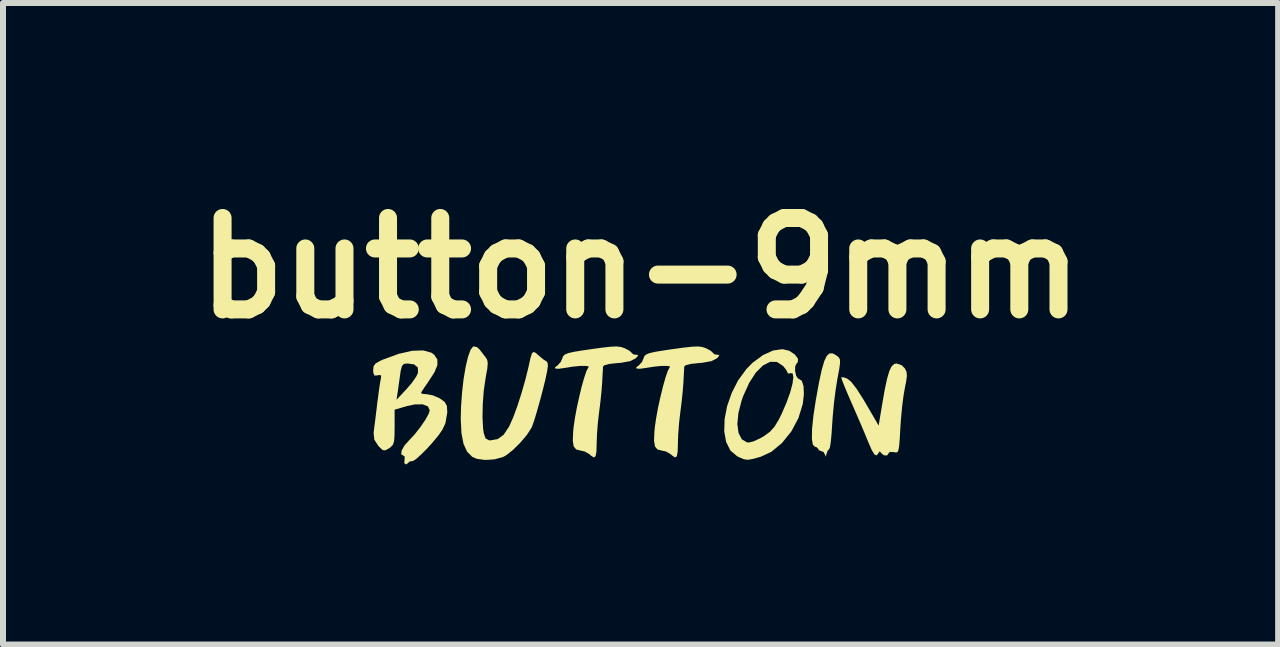
<source format=kicad_pcb>
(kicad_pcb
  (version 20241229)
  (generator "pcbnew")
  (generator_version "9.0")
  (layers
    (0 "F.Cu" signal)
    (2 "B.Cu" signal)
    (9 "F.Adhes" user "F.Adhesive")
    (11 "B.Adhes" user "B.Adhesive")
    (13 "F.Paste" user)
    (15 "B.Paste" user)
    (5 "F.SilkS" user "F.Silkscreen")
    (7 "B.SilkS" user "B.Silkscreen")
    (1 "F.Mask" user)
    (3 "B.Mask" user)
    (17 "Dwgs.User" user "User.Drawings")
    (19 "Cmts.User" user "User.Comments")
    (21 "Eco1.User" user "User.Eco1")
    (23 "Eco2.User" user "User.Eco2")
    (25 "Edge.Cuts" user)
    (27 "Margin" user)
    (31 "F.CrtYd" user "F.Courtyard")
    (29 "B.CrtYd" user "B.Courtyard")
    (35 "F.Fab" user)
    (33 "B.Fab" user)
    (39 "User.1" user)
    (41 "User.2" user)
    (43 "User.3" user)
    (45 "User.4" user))
  (footprint "button-9mm"
    (layer "F.Cu")
    (at 7.627 3.704)
    (property "Reference" "button-9mm" (at 0 -2.286 0) (layer "F.SilkS") (effects (font (size 1.524 1.524) (thickness 0.3))))
    (attr board_only exclude_from_pos_files exclude_from_bom)
    (fp_poly (pts (xy 3.204 -0.863) (xy 3.267 -0.828) (xy 3.274 -0.823) (xy 3.306 -0.794) (xy 3.324 -0.76) (xy 3.326 -0.703) (xy 3.313 -0.609) (xy 3.286 -0.462) (xy 3.281 -0.438) (xy 3.252 -0.254) (xy 3.224 -0.032) (xy 3.203 0.194) (xy 3.195 0.312) (xy 3.184 0.478) (xy 3.171 0.613) (xy 3.157 0.702) (xy 3.144 0.732) (xy 3.116 0.763) (xy 3.1 0.814) (xy 3.087 0.86) (xy 3.079 0.833) (xy 3.079 0.833) (xy 3.049 0.778) (xy 3.019 0.769) (xy 2.971 0.749) (xy 2.965 0.732) (xy 2.935 0.7) (xy 2.91 0.695) (xy 2.873 0.661) (xy 2.856 0.56) (xy 2.859 0.395) (xy 2.882 0.172) (xy 2.925 -0.107) (xy 2.927 -0.115) (xy 2.976 -0.385) (xy 3.02 -0.589) (xy 3.062 -0.733) (xy 3.104 -0.822) (xy 3.15 -0.863)) (stroke (width 0) (type solid)) (fill yes) (layer "F.SilkS"))
    (fp_poly (pts (xy 4.355 -0.665) (xy 4.406 -0.613) (xy 4.433 -0.558) (xy 4.44 -0.493) (xy 4.428 -0.396) (xy 4.407 -0.293) (xy 4.383 -0.155) (xy 4.36 0.028) (xy 4.341 0.231) (xy 4.331 0.374) (xy 4.321 0.557) (xy 4.311 0.678) (xy 4.299 0.749) (xy 4.282 0.782) (xy 4.256 0.789) (xy 4.222 0.782) (xy 4.154 0.779) (xy 4.136 0.801) (xy 4.11 0.837) (xy 4.058 0.836) (xy 4.013 0.8) (xy 4.011 0.796) (xy 3.987 0.769) (xy 3.968 0.796) (xy 3.936 0.837) (xy 3.899 0.822) (xy 3.853 0.746) (xy 3.795 0.613) (xy 3.743 0.486) (xy 3.671 0.315) (xy 3.589 0.126) (xy 3.519 -0.035) (xy 3.449 -0.195) (xy 3.394 -0.328) (xy 3.357 -0.423) (xy 3.345 -0.465) (xy 3.345 -0.466) (xy 3.384 -0.464) (xy 3.444 -0.444) (xy 3.51 -0.391) (xy 3.601 -0.274) (xy 3.714 -0.097) (xy 3.751 -0.035) (xy 3.969 0.34) (xy 4.029 -0.022) (xy 4.072 -0.267) (xy 4.111 -0.447) (xy 4.148 -0.572) (xy 4.186 -0.649) (xy 4.229 -0.687) (xy 4.269 -0.695)) (stroke (width 0) (type solid)) (fill yes) (layer "F.SilkS"))
    (fp_poly (pts (xy -2.728 -0.969) (xy -2.684 -0.93) (xy -2.618 -0.844) (xy -2.581 -0.797) (xy -2.556 -0.756) (xy -2.547 -0.7) (xy -2.554 -0.611) (xy -2.579 -0.471) (xy -2.582 -0.456) (xy -2.613 -0.245) (xy -2.63 -0.015) (xy -2.634 0.207) (xy -2.624 0.396) (xy -2.612 0.471) (xy -2.583 0.554) (xy -2.528 0.584) (xy -2.5 0.586) (xy -2.38 0.564) (xy -2.283 0.494) (xy -2.195 0.363) (xy -2.182 0.337) (xy -2.12 0.197) (xy -2.051 0.008) (xy -1.982 -0.208) (xy -1.919 -0.429) (xy -1.869 -0.631) (xy -1.867 -0.64) (xy -1.836 -0.782) (xy -1.811 -0.862) (xy -1.784 -0.888) (xy -1.746 -0.871) (xy -1.694 -0.825) (xy -1.622 -0.765) (xy -1.573 -0.733) (xy -1.567 -0.732) (xy -1.548 -0.701) (xy -1.545 -0.65) (xy -1.557 -0.567) (xy -1.585 -0.433) (xy -1.626 -0.267) (xy -1.673 -0.088) (xy -1.722 0.087) (xy -1.767 0.238) (xy -1.805 0.346) (xy -1.819 0.379) (xy -1.897 0.499) (xy -2.008 0.629) (xy -2.13 0.749) (xy -2.244 0.838) (xy -2.295 0.865) (xy -2.436 0.903) (xy -2.591 0.913) (xy -2.729 0.894) (xy -2.807 0.86) (xy -2.892 0.773) (xy -2.951 0.644) (xy -2.985 0.466) (xy -2.997 0.231) (xy -2.992 0.027) (xy -2.975 -0.213) (xy -2.949 -0.439) (xy -2.915 -0.64) (xy -2.876 -0.805) (xy -2.834 -0.922) (xy -2.791 -0.978) (xy -2.788 -0.98)) (stroke (width 0) (type solid)) (fill yes) (layer "F.SilkS"))
    (fp_poly (pts (xy -0.328 -0.971) (xy -0.27 -0.952) (xy -0.261 -0.948) (xy -0.184 -0.907) (xy -0.147 -0.873) (xy -0.146 -0.869) (xy -0.116 -0.846) (xy -0.084 -0.842) (xy -0.041 -0.837) (xy -0.053 -0.811) (xy -0.083 -0.78) (xy -0.173 -0.734) (xy -0.331 -0.706) (xy -0.384 -0.702) (xy -0.517 -0.688) (xy -0.601 -0.666) (xy -0.625 -0.645) (xy -0.628 -0.588) (xy -0.634 -0.484) (xy -0.639 -0.384) (xy -0.651 -0.23) (xy -0.67 -0.047) (xy -0.69 0.11) (xy -0.711 0.29) (xy -0.726 0.486) (xy -0.731 0.631) (xy -0.735 0.774) (xy -0.75 0.852) (xy -0.779 0.871) (xy -0.827 0.84) (xy -0.848 0.82) (xy -0.929 0.772) (xy -1.003 0.756) (xy -1.072 0.738) (xy -1.114 0.688) (xy -1.129 0.593) (xy -1.123 0.443) (xy -1.117 0.376) (xy -1.095 0.222) (xy -1.063 0.046) (xy -1.023 -0.136) (xy -0.981 -0.311) (xy -0.938 -0.461) (xy -0.901 -0.571) (xy -0.871 -0.627) (xy -0.868 -0.629) (xy -0.865 -0.648) (xy -0.918 -0.655) (xy -1.013 -0.654) (xy -1.131 -0.642) (xy -1.244 -0.624) (xy -1.362 -0.607) (xy -1.423 -0.611) (xy -1.423 -0.635) (xy -1.385 -0.661) (xy -1.33 -0.721) (xy -1.304 -0.781) (xy -1.29 -0.818) (xy -1.261 -0.845) (xy -1.205 -0.868) (xy -1.108 -0.89) (xy -0.96 -0.914) (xy -0.829 -0.933) (xy -0.634 -0.96) (xy -0.495 -0.975) (xy -0.398 -0.979)) (stroke (width 0) (type solid)) (fill yes) (layer "F.SilkS"))
    (fp_poly (pts (xy 1.026 -0.971) (xy 1.084 -0.952) (xy 1.093 -0.948) (xy 1.17 -0.907) (xy 1.207 -0.873) (xy 1.208 -0.869) (xy 1.238 -0.846) (xy 1.271 -0.842) (xy 1.313 -0.837) (xy 1.301 -0.811) (xy 1.271 -0.78) (xy 1.181 -0.734) (xy 1.023 -0.706) (xy 0.97 -0.702) (xy 0.838 -0.688) (xy 0.753 -0.666) (xy 0.729 -0.645) (xy 0.726 -0.588) (xy 0.72 -0.484) (xy 0.715 -0.384) (xy 0.703 -0.23) (xy 0.684 -0.047) (xy 0.664 0.11) (xy 0.643 0.29) (xy 0.628 0.486) (xy 0.623 0.631) (xy 0.619 0.774) (xy 0.605 0.852) (xy 0.576 0.871) (xy 0.527 0.84) (xy 0.506 0.82) (xy 0.425 0.772) (xy 0.352 0.756) (xy 0.282 0.738) (xy 0.241 0.688) (xy 0.225 0.593) (xy 0.231 0.443) (xy 0.237 0.376) (xy 0.259 0.222) (xy 0.291 0.046) (xy 0.331 -0.136) (xy 0.374 -0.311) (xy 0.416 -0.461) (xy 0.454 -0.571) (xy 0.483 -0.627) (xy 0.486 -0.629) (xy 0.489 -0.648) (xy 0.436 -0.655) (xy 0.342 -0.654) (xy 0.223 -0.642) (xy 0.11 -0.624) (xy -0.008 -0.607) (xy -0.069 -0.611) (xy -0.069 -0.635) (xy -0.031 -0.661) (xy 0.024 -0.721) (xy 0.05 -0.781) (xy 0.064 -0.818) (xy 0.093 -0.845) (xy 0.15 -0.868) (xy 0.246 -0.89) (xy 0.394 -0.914) (xy 0.525 -0.933) (xy 0.721 -0.96) (xy 0.859 -0.975) (xy 0.956 -0.979)) (stroke (width 0) (type solid)) (fill yes) (layer "F.SilkS"))
    (fp_poly (pts (xy 2.478 -0.907) (xy 2.573 -0.844) (xy 2.624 -0.775) (xy 2.622 -0.717) (xy 2.604 -0.699) (xy 2.578 -0.649) (xy 2.576 -0.569) (xy 2.594 -0.49) (xy 2.626 -0.443) (xy 2.639 -0.439) (xy 2.688 -0.406) (xy 2.717 -0.317) (xy 2.723 -0.185) (xy 2.705 -0.027) (xy 2.705 -0.023) (xy 2.632 0.215) (xy 2.513 0.438) (xy 2.359 0.629) (xy 2.182 0.776) (xy 2.005 0.859) (xy 1.877 0.895) (xy 1.793 0.91) (xy 1.727 0.902) (xy 1.653 0.872) (xy 1.61 0.851) (xy 1.498 0.756) (xy 1.427 0.614) (xy 1.395 0.436) (xy 1.399 0.314) (xy 1.614 0.314) (xy 1.634 0.463) (xy 1.687 0.568) (xy 1.773 0.619) (xy 1.807 0.622) (xy 1.883 0.603) (xy 1.99 0.554) (xy 2.058 0.515) (xy 2.157 0.443) (xy 2.233 0.358) (xy 2.305 0.239) (xy 2.354 0.14) (xy 2.434 -0.046) (xy 2.495 -0.215) (xy 2.533 -0.359) (xy 2.547 -0.466) (xy 2.536 -0.528) (xy 2.497 -0.535) (xy 2.486 -0.529) (xy 2.454 -0.53) (xy 2.452 -0.54) (xy 2.429 -0.587) (xy 2.378 -0.652) (xy 2.274 -0.721) (xy 2.16 -0.723) (xy 2.041 -0.662) (xy 1.923 -0.545) (xy 1.812 -0.374) (xy 1.712 -0.154) (xy 1.685 -0.078) (xy 1.631 0.131) (xy 1.614 0.314) (xy 1.399 0.314) (xy 1.401 0.233) (xy 1.443 0.016) (xy 1.519 -0.203) (xy 1.626 -0.413) (xy 1.764 -0.602) (xy 1.866 -0.706) (xy 2.039 -0.834) (xy 2.21 -0.912) (xy 2.367 -0.934)) (stroke (width 0) (type solid)) (fill yes) (layer "F.SilkS"))
    (fp_poly (pts (xy -3.486 -0.875) (xy -3.437 -0.839) (xy -3.387 -0.761) (xy -3.386 -0.667) (xy -3.436 -0.547) (xy -3.535 -0.394) (xy -3.602 -0.297) (xy -3.647 -0.227) (xy -3.66 -0.201) (xy -3.628 -0.188) (xy -3.559 -0.183) (xy -3.46 -0.163) (xy -3.35 -0.116) (xy -3.34 -0.11) (xy -3.263 -0.053) (xy -3.228 0.012) (xy -3.221 0.118) (xy -3.221 0.118) (xy -3.252 0.299) (xy -3.304 0.411) (xy -3.369 0.504) (xy -3.458 0.612) (xy -3.557 0.722) (xy -3.655 0.82) (xy -3.739 0.895) (xy -3.795 0.932) (xy -3.808 0.932) (xy -3.851 0.939) (xy -3.861 0.951) (xy -3.906 0.988) (xy -3.938 0.967) (xy -3.934 0.915) (xy -3.931 0.856) (xy -3.95 0.842) (xy -3.989 0.818) (xy -3.982 0.756) (xy -3.935 0.672) (xy -3.856 0.584) (xy -3.761 0.482) (xy -3.667 0.361) (xy -3.585 0.241) (xy -3.53 0.14) (xy -3.514 0.084) (xy -3.545 0.019) (xy -3.632 -0.014) (xy -3.762 -0.013) (xy -3.893 0.015) (xy -4.099 0.075) (xy -4.099 0.366) (xy -4.101 0.513) (xy -4.109 0.606) (xy -4.129 0.662) (xy -4.166 0.7) (xy -4.191 0.718) (xy -4.255 0.753) (xy -4.3 0.748) (xy -4.355 0.695) (xy -4.374 0.674) (xy -4.438 0.574) (xy -4.449 0.467) (xy -4.447 0.44) (xy -4.435 0.344) (xy -4.417 0.202) (xy -4.397 0.038) (xy -4.391 -0.018) (xy -4.381 -0.091) (xy -4.067 -0.091) (xy -3.9 -0.269) (xy -3.809 -0.375) (xy -3.74 -0.475) (xy -3.71 -0.538) (xy -3.712 -0.628) (xy -3.775 -0.68) (xy -3.885 -0.695) (xy -3.944 -0.688) (xy -3.977 -0.653) (xy -3.998 -0.572) (xy -4.005 -0.522) (xy -4.025 -0.384) (xy -4.043 -0.253) (xy -4.048 -0.22) (xy -4.067 -0.091) (xy -4.381 -0.091) (xy -4.37 -0.176) (xy -4.351 -0.315) (xy -4.335 -0.412) (xy -4.33 -0.434) (xy -4.323 -0.495) (xy -4.356 -0.504) (xy -4.381 -0.497) (xy -4.433 -0.493) (xy -4.454 -0.536) (xy -4.457 -0.581) (xy -4.45 -0.65) (xy -4.414 -0.698) (xy -4.33 -0.744) (xy -4.289 -0.762) (xy -4.031 -0.856) (xy -3.807 -0.907) (xy -3.623 -0.913)) (stroke (width 0) (type solid)) (fill yes) (layer "F.SilkS")))
  (gr_rect
    (start -3 -3)
    (end 18.255 7.693)
    (stroke (width 0.1) (type default))
    (fill no)
    (layer "Edge.Cuts")))
</source>
